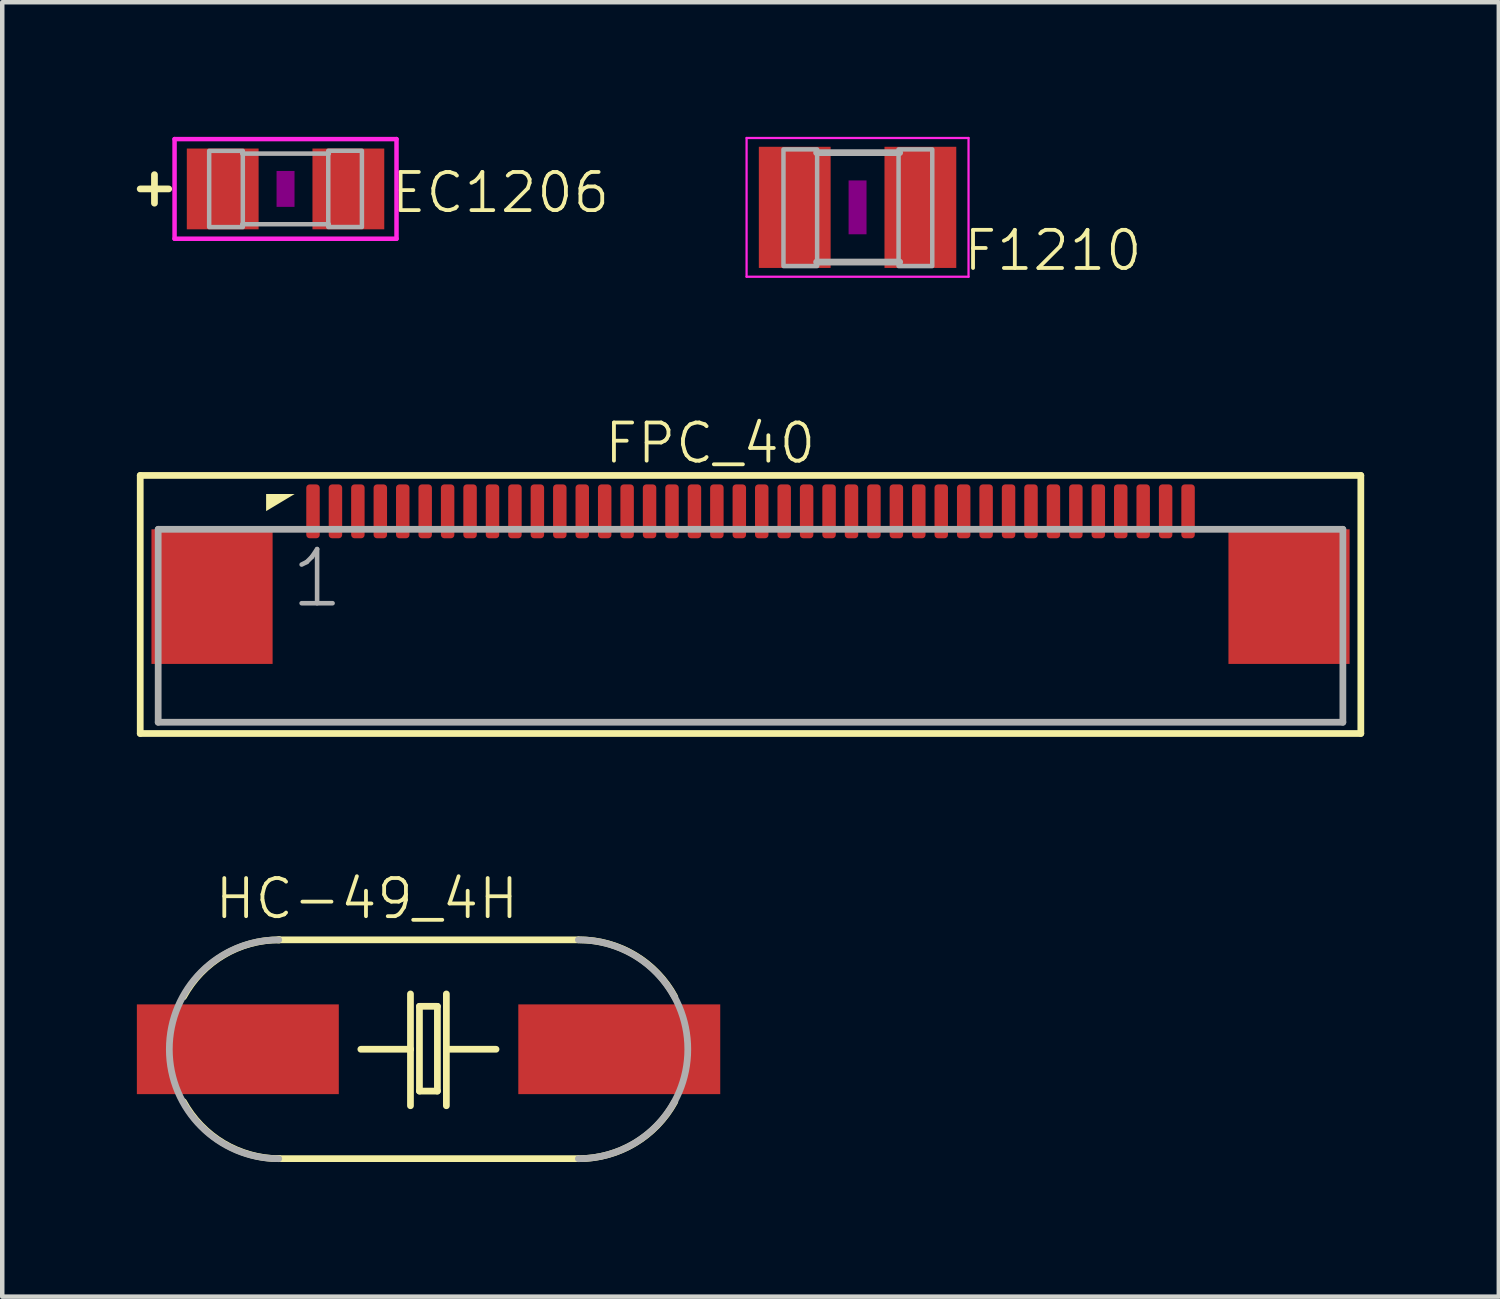
<source format=kicad_pcb>
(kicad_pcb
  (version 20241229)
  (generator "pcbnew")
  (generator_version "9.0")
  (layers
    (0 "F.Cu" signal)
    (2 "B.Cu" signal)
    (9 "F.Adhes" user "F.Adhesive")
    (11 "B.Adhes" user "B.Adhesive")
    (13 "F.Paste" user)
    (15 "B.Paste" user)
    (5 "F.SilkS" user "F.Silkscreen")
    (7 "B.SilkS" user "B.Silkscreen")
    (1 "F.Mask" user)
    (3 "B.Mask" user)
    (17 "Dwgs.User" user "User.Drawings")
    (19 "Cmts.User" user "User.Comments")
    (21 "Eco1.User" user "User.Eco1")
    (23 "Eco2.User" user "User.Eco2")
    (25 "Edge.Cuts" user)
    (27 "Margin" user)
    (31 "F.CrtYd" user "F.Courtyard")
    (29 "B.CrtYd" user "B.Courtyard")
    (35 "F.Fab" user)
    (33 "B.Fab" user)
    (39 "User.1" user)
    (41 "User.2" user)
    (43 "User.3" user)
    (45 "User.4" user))
  (footprint "FPC_40"
    (layer "F.Cu")
    (at 13.675 10.245)
    (property "Reference" "FPC_40" (at -3.302 -2.921 0) (layer "F.SilkS") (effects (font (size 0.85 0.85) (thickness 0.085)) (justify left bottom)))
    (attr smd)
    (fp_line (start -13.6 -2.7) (end 13.6 -2.7) (stroke (width 0.15) (type solid)) (layer "F.SilkS"))
    (fp_line (start -13.6 3.05) (end -13.6 -2.7) (stroke (width 0.15) (type solid)) (layer "F.SilkS"))
    (fp_line (start -13.6 3.05) (end 13.6 3.05) (stroke (width 0.15) (type solid)) (layer "F.SilkS"))
    (fp_line (start 13.6 3.05) (end 13.6 -2.7) (stroke (width 0.15) (type solid)) (layer "F.SilkS"))
    (fp_poly (pts (xy -10.16 -2.286) (xy -10.795 -2.286) (xy -10.795 -1.905)) (stroke (width 0) (type solid)) (fill yes) (layer "F.SilkS"))
    (fp_line (start -13.2 -1.5) (end 13.2 -1.5) (stroke (width 0.15) (type solid)) (layer "F.Fab"))
    (fp_line (start -13.2 2.8) (end -13.2 -1.5) (stroke (width 0.15) (type solid)) (layer "F.Fab"))
    (fp_line (start -13.2 2.8) (end 13.2 2.8) (stroke (width 0.15) (type solid)) (layer "F.Fab"))
    (fp_line (start 13.2 -1.5) (end 13.2 2.8) (stroke (width 0.15) (type solid)) (layer "F.Fab"))
    (fp_text user "1" (at -10.3 0.3 0) (layer "F.Fab") (effects (font (size 1.206 1.206) (thickness 0.102)) (justify left bottom)))
    (pad "1" smd roundrect (at -9.75 -1.9) (size 0.3 1.2) (layers "F.Cu" "F.Mask" "F.Paste") (roundrect_rratio 0.25))
    (pad "2" smd roundrect (at -9.25 -1.9) (size 0.3 1.2) (layers "F.Cu" "F.Mask" "F.Paste") (roundrect_rratio 0.25))
    (pad "3" smd roundrect (at -8.75 -1.9) (size 0.3 1.2) (layers "F.Cu" "F.Mask" "F.Paste") (roundrect_rratio 0.25))
    (pad "4" smd roundrect (at -8.25 -1.9) (size 0.3 1.2) (layers "F.Cu" "F.Mask" "F.Paste") (roundrect_rratio 0.25))
    (pad "5" smd roundrect (at -7.75 -1.9) (size 0.3 1.2) (layers "F.Cu" "F.Mask" "F.Paste") (roundrect_rratio 0.25))
    (pad "6" smd roundrect (at -7.25 -1.9) (size 0.3 1.2) (layers "F.Cu" "F.Mask" "F.Paste") (roundrect_rratio 0.25))
    (pad "7" smd roundrect (at -6.75 -1.9) (size 0.3 1.2) (layers "F.Cu" "F.Mask" "F.Paste") (roundrect_rratio 0.25))
    (pad "8" smd roundrect (at -6.25 -1.9) (size 0.3 1.2) (layers "F.Cu" "F.Mask" "F.Paste") (roundrect_rratio 0.25))
    (pad "9" smd roundrect (at -5.75 -1.9) (size 0.3 1.2) (layers "F.Cu" "F.Mask" "F.Paste") (roundrect_rratio 0.25))
    (pad "10" smd roundrect (at -5.25 -1.9) (size 0.3 1.2) (layers "F.Cu" "F.Mask" "F.Paste") (roundrect_rratio 0.25))
    (pad "11" smd roundrect (at -4.75 -1.9) (size 0.3 1.2) (layers "F.Cu" "F.Mask" "F.Paste") (roundrect_rratio 0.25))
    (pad "12" smd roundrect (at -4.25 -1.9) (size 0.3 1.2) (layers "F.Cu" "F.Mask" "F.Paste") (roundrect_rratio 0.25))
    (pad "13" smd roundrect (at -3.75 -1.9) (size 0.3 1.2) (layers "F.Cu" "F.Mask" "F.Paste") (roundrect_rratio 0.25))
    (pad "14" smd roundrect (at -3.25 -1.9) (size 0.3 1.2) (layers "F.Cu" "F.Mask" "F.Paste") (roundrect_rratio 0.25))
    (pad "15" smd roundrect (at -2.75 -1.9) (size 0.3 1.2) (layers "F.Cu" "F.Mask" "F.Paste") (roundrect_rratio 0.25))
    (pad "16" smd roundrect (at -2.25 -1.9) (size 0.3 1.2) (layers "F.Cu" "F.Mask" "F.Paste") (roundrect_rratio 0.25))
    (pad "17" smd roundrect (at -1.75 -1.9) (size 0.3 1.2) (layers "F.Cu" "F.Mask" "F.Paste") (roundrect_rratio 0.25))
    (pad "18" smd roundrect (at -1.25 -1.9) (size 0.3 1.2) (layers "F.Cu" "F.Mask" "F.Paste") (roundrect_rratio 0.25))
    (pad "19" smd roundrect (at -0.75 -1.9) (size 0.3 1.2) (layers "F.Cu" "F.Mask" "F.Paste") (roundrect_rratio 0.25))
    (pad "20" smd roundrect (at -0.25 -1.9) (size 0.3 1.2) (layers "F.Cu" "F.Mask" "F.Paste") (roundrect_rratio 0.25))
    (pad "21" smd roundrect (at 0.25 -1.9) (size 0.3 1.2) (layers "F.Cu" "F.Mask" "F.Paste") (roundrect_rratio 0.25))
    (pad "22" smd roundrect (at 0.75 -1.9) (size 0.3 1.2) (layers "F.Cu" "F.Mask" "F.Paste") (roundrect_rratio 0.25))
    (pad "23" smd roundrect (at 1.25 -1.9) (size 0.3 1.2) (layers "F.Cu" "F.Mask" "F.Paste") (roundrect_rratio 0.25))
    (pad "24" smd roundrect (at 1.75 -1.9) (size 0.3 1.2) (layers "F.Cu" "F.Mask" "F.Paste") (roundrect_rratio 0.25))
    (pad "25" smd roundrect (at 2.25 -1.9) (size 0.3 1.2) (layers "F.Cu" "F.Mask" "F.Paste") (roundrect_rratio 0.25))
    (pad "26" smd roundrect (at 2.75 -1.9) (size 0.3 1.2) (layers "F.Cu" "F.Mask" "F.Paste") (roundrect_rratio 0.25))
    (pad "27" smd roundrect (at 3.25 -1.9) (size 0.3 1.2) (layers "F.Cu" "F.Mask" "F.Paste") (roundrect_rratio 0.25))
    (pad "28" smd roundrect (at 3.75 -1.9) (size 0.3 1.2) (layers "F.Cu" "F.Mask" "F.Paste") (roundrect_rratio 0.25))
    (pad "29" smd roundrect (at 4.25 -1.9) (size 0.3 1.2) (layers "F.Cu" "F.Mask" "F.Paste") (roundrect_rratio 0.25))
    (pad "30" smd roundrect (at 4.75 -1.9) (size 0.3 1.2) (layers "F.Cu" "F.Mask" "F.Paste") (roundrect_rratio 0.25))
    (pad "31" smd roundrect (at 5.25 -1.9) (size 0.3 1.2) (layers "F.Cu" "F.Mask" "F.Paste") (roundrect_rratio 0.25))
    (pad "32" smd roundrect (at 5.75 -1.9) (size 0.3 1.2) (layers "F.Cu" "F.Mask" "F.Paste") (roundrect_rratio 0.25))
    (pad "33" smd roundrect (at 6.25 -1.9) (size 0.3 1.2) (layers "F.Cu" "F.Mask" "F.Paste") (roundrect_rratio 0.25))
    (pad "34" smd roundrect (at 6.75 -1.9) (size 0.3 1.2) (layers "F.Cu" "F.Mask" "F.Paste") (roundrect_rratio 0.25))
    (pad "35" smd roundrect (at 7.25 -1.9) (size 0.3 1.2) (layers "F.Cu" "F.Mask" "F.Paste") (roundrect_rratio 0.25))
    (pad "36" smd roundrect (at 7.75 -1.9) (size 0.3 1.2) (layers "F.Cu" "F.Mask" "F.Paste") (roundrect_rratio 0.25))
    (pad "37" smd roundrect (at 8.25 -1.9) (size 0.3 1.2) (layers "F.Cu" "F.Mask" "F.Paste") (roundrect_rratio 0.25))
    (pad "38" smd roundrect (at 8.75 -1.9) (size 0.3 1.2) (layers "F.Cu" "F.Mask" "F.Paste") (roundrect_rratio 0.25))
    (pad "39" smd roundrect (at 9.25 -1.9) (size 0.3 1.2) (layers "F.Cu" "F.Mask" "F.Paste") (roundrect_rratio 0.25))
    (pad "40" smd roundrect (at 9.75 -1.9) (size 0.3 1.2) (layers "F.Cu" "F.Mask" "F.Paste") (roundrect_rratio 0.25))
    (pad "Z1" smd rect (at -12 0) (size 2.7 3) (layers "F.Cu" "F.Mask" "F.Paste"))
    (pad "Z2" smd rect (at 12 0) (size 2.7 3) (layers "F.Cu" "F.Mask" "F.Paste")))
  (footprint "EC1206"
    (layer "F.Cu")
    (at 3.313 1.16)
    (property "Reference" "EC1206" (at 2.306 0.58 0) (layer "F.SilkS") (effects (font (size 0.85 0.85) (thickness 0.085)) (justify left bottom)))
    (attr smd)
    (fp_line (start -3.239 0) (end -2.603 0) (stroke (width 0.15) (type solid)) (layer "F.SilkS"))
    (fp_line (start -2.921 -0.318) (end -2.921 0.318) (stroke (width 0.15) (type solid)) (layer "F.SilkS"))
    (fp_poly (pts (xy -0.2 0.4) (xy 0.2 0.4) (xy 0.2 -0.4) (xy -0.2 -0.4)) (stroke (width 0) (type solid)) (fill yes) (layer "F.Adhes"))
    (fp_line (start -2.473 -1.11) (end 2.473 -1.11) (stroke (width 0.1) (type solid)) (layer "F.CrtYd"))
    (fp_line (start -2.473 1.11) (end -2.473 -1.11) (stroke (width 0.1) (type solid)) (layer "F.CrtYd"))
    (fp_line (start 2.473 -1.11) (end 2.473 1.11) (stroke (width 0.1) (type solid)) (layer "F.CrtYd"))
    (fp_line (start 2.473 1.11) (end -2.473 1.11) (stroke (width 0.1) (type solid)) (layer "F.CrtYd"))
    (fp_line (start -0.965 -0.787) (end 0.965 -0.787) (stroke (width 0.1) (type solid)) (layer "F.Fab"))
    (fp_line (start -0.965 0.787) (end 0.965 0.787) (stroke (width 0.1) (type solid)) (layer "F.Fab"))
    (fp_poly (pts (xy -1.702 0.851) (xy -0.952 0.851) (xy -0.952 -0.849) (xy -1.702 -0.849)) (stroke (width 0.1) (type solid)) (fill no) (layer "F.Fab"))
    (fp_poly (pts (xy 0.952 0.849) (xy 1.702 0.849) (xy 1.702 -0.851) (xy 0.952 -0.851)) (stroke (width 0.1) (type solid)) (fill no) (layer "F.Fab"))
    (pad "+" smd rect (at -1.4 0) (size 1.6 1.8) (layers "F.Cu" "F.Mask" "F.Paste"))
    (pad "-" smd rect (at 1.4 0) (size 1.6 1.8) (layers "F.Cu" "F.Mask" "F.Paste")))
  (footprint "HC-49_4H"
    (layer "F.Cu")
    (at 6.5 20.332)
    (property "Reference" "HC-49_4H" (at -4.81 -2.857 0) (layer "F.SilkS") (effects (font (size 0.85 0.85) (thickness 0.085)) (justify left bottom)))
    (attr smd)
    (fp_line (start -3.353 -2.438) (end -3.327 -2.438) (stroke (width 0.15) (type solid)) (layer "F.SilkS"))
    (fp_line (start -3.353 2.438) (end -3.327 2.438) (stroke (width 0.15) (type solid)) (layer "F.SilkS"))
    (fp_line (start -3.327 -2.438) (end 3.327 -2.438) (stroke (width 0.15) (type solid)) (layer "F.SilkS"))
    (fp_line (start -3.327 2.438) (end 3.327 2.438) (stroke (width 0.15) (type solid)) (layer "F.SilkS"))
    (fp_line (start -1.509 0) (end -0.403 0) (stroke (width 0.15) (type solid)) (layer "F.SilkS"))
    (fp_line (start -0.403 0) (end -0.403 -1.233) (stroke (width 0.15) (type solid)) (layer "F.SilkS"))
    (fp_line (start -0.403 1.259) (end -0.403 0) (stroke (width 0.15) (type solid)) (layer "F.SilkS"))
    (fp_line (start -0.203 -0.957) (end 0.197 -0.957) (stroke (width 0.15) (type solid)) (layer "F.SilkS"))
    (fp_line (start -0.203 0.932) (end -0.203 -0.957) (stroke (width 0.15) (type solid)) (layer "F.SilkS"))
    (fp_line (start 0.197 -0.957) (end 0.197 0.932) (stroke (width 0.15) (type solid)) (layer "F.SilkS"))
    (fp_line (start 0.197 0.932) (end -0.203 0.932) (stroke (width 0.15) (type solid)) (layer "F.SilkS"))
    (fp_line (start 0.397 -1.233) (end 0.397 0) (stroke (width 0.15) (type solid)) (layer "F.SilkS"))
    (fp_line (start 0.397 0) (end 0.397 1.259) (stroke (width 0.15) (type solid)) (layer "F.SilkS"))
    (fp_line (start 1.504 0) (end 0.397 0) (stroke (width 0.15) (type solid)) (layer "F.SilkS"))
    (fp_arc (start -5.461 -1.168399) (mid -4.569447 -2.097814) (end -3.3274 -2.4384) (stroke (width 0.15) (type solid)) (layer "F.SilkS"))
    (fp_arc (start -3.3274 2.4384) (mid -4.567733 2.094937) (end -5.460999 1.1684) (stroke (width 0.15) (type solid)) (layer "F.SilkS"))
    (fp_arc (start 3.3528 -2.4384) (mid 4.594847 -2.097814) (end 5.4864 -1.168399) (stroke (width 0.15) (type solid)) (layer "F.SilkS"))
    (fp_arc (start 5.486399 1.1684) (mid 4.593133 2.094937) (end 3.3528 2.4384) (stroke (width 0.15) (type solid)) (layer "F.SilkS"))
    (fp_arc (start -3.3384 2.4384) (mid -5.7768 0) (end -3.3384 -2.4384) (stroke (width 0.15) (type solid)) (layer "F.Fab"))
    (fp_arc (start 3.3384 -2.4384) (mid 5.7768 0) (end 3.3384 2.4384) (stroke (width 0.15) (type solid)) (layer "F.Fab"))
    (pad "1" smd rect (at -4.25 0) (size 4.5 2) (layers "F.Cu" "F.Mask" "F.Paste"))
    (pad "2" smd rect (at 4.25 0) (size 4.5 2) (layers "F.Cu" "F.Mask" "F.Paste")))
  (footprint "F1210"
    (layer "F.Cu")
    (at 16.06 1.571)
    (property "Reference" "F1210" (at 2.315 1.459 180) (layer "F.SilkS") (effects (font (size 0.85 0.85) (thickness 0.085)) (justify left bottom)))
    (attr smd)
    (fp_poly (pts (xy -0.2 -0.6) (xy 0.2 -0.6) (xy 0.2 0.6) (xy -0.2 0.6)) (stroke (width 0) (type solid)) (fill yes) (layer "F.Adhes"))
    (fp_line (start -2.473 -1.546) (end 2.473 -1.546) (stroke (width 0.05) (type solid)) (layer "F.CrtYd"))
    (fp_line (start -2.473 1.546) (end -2.473 -1.546) (stroke (width 0.05) (type solid)) (layer "F.CrtYd"))
    (fp_line (start 2.473 -1.546) (end 2.473 1.546) (stroke (width 0.05) (type solid)) (layer "F.CrtYd"))
    (fp_line (start 2.473 1.546) (end -2.473 1.546) (stroke (width 0.05) (type solid)) (layer "F.CrtYd"))
    (fp_line (start -0.913 -1.219) (end 0.939 -1.219) (stroke (width 0.15) (type solid)) (layer "F.Fab"))
    (fp_line (start -0.913 1.219) (end 0.939 1.219) (stroke (width 0.15) (type solid)) (layer "F.Fab"))
    (fp_poly (pts (xy -1.651 1.308) (xy -0.901 1.308) (xy -0.901 -1.292) (xy -1.651 -1.292)) (stroke (width 0.1) (type solid)) (fill no) (layer "F.Fab"))
    (fp_poly (pts (xy 0.914 1.308) (xy 1.665 1.308) (xy 1.665 -1.292) (xy 0.914 -1.292)) (stroke (width 0.1) (type solid)) (fill no) (layer "F.Fab"))
    (pad "1" smd rect (at -1.4 0) (size 1.6 2.7) (layers "F.Cu" "F.Mask" "F.Paste"))
    (pad "2" smd rect (at 1.4 0) (size 1.6 2.7) (layers "F.Cu" "F.Mask" "F.Paste")))
  (gr_rect
    (start -3 -3)
    (end 30.35 25.845)
    (stroke (width 0.1) (type default))
    (fill no)
    (layer "Edge.Cuts")))
</source>
